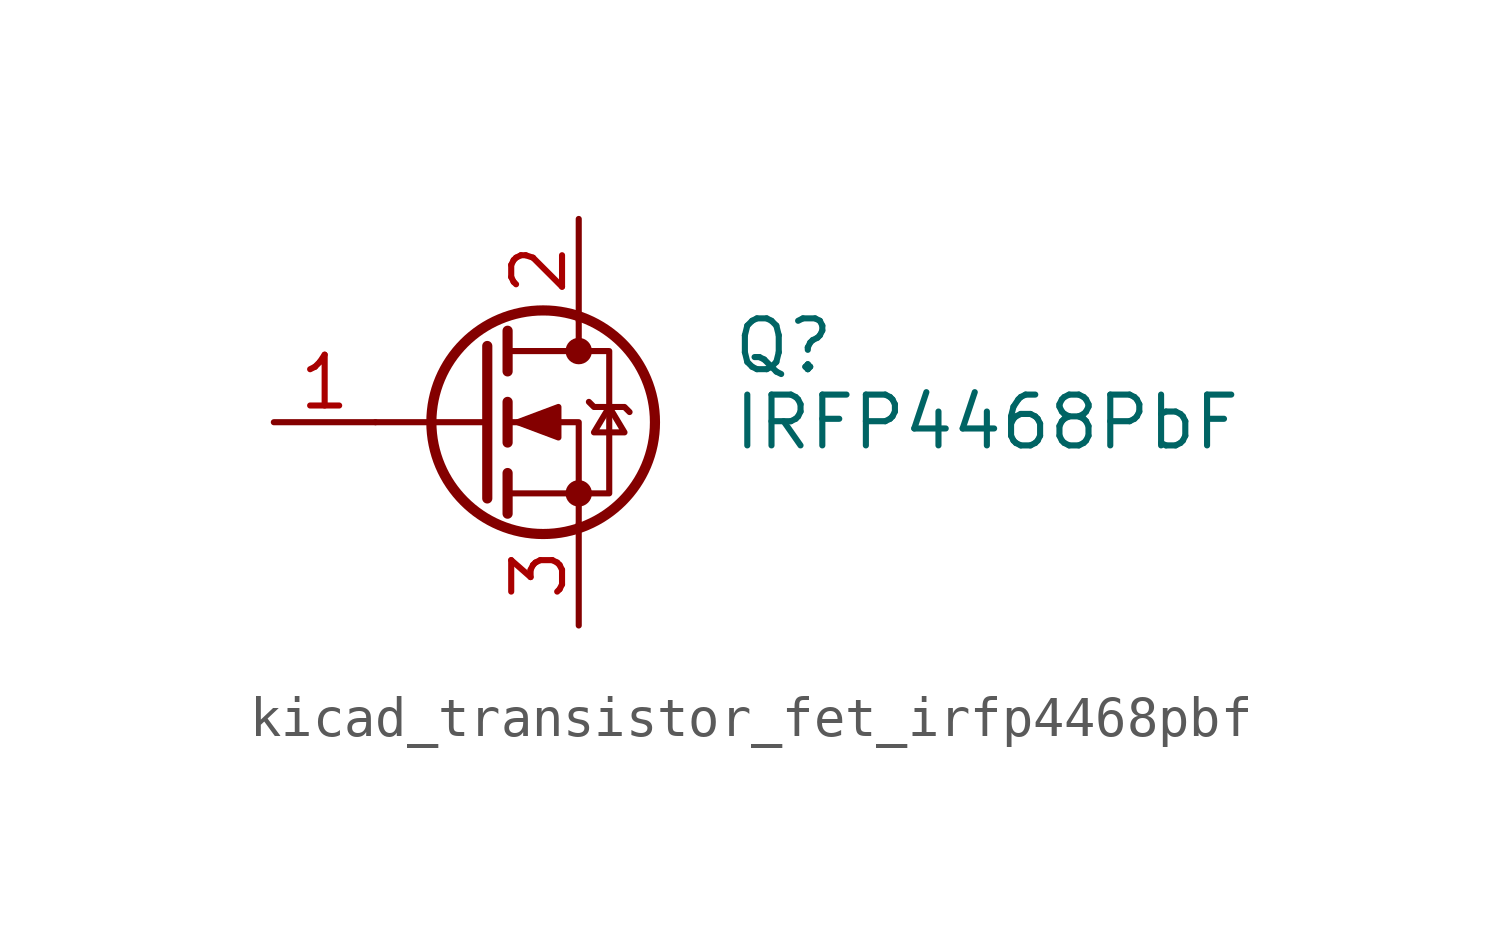
<source format=kicad_sym>
(kicad_symbol_lib
  (version 20220914)
  (generator kicad_symbol_editor)
  (symbol "kicad_transistor_fet_irfp4468pbf"
    (pin_names hide)
    (property "Reference" "Q"
      (at 6.35 1.905 0)
      (effects (font (size 1.27 1.27)) (justify left)))
    (property "Value" "IRFP4468PbF"
      (at 6.35 0 0)
      (effects (font (size 1.27 1.27)) (justify left)))
    (symbol "kicad_transistor_fet_irfp4468pbf_0_1"
      (polyline (pts (xy 0.254 0) (xy -2.54 0)) (stroke (width 0) (type default)) (fill (type none)))
      (polyline (pts (xy 0.254 1.905) (xy 0.254 -1.905)) (stroke (width 0.254) (type default)) (fill (type none)))
      (polyline (pts (xy 0.762 -1.27) (xy 0.762 -2.286)) (stroke (width 0.254) (type default)) (fill (type none)))
      (polyline (pts (xy 0.762 0.508) (xy 0.762 -0.508)) (stroke (width 0.254) (type default)) (fill (type none)))
      (polyline (pts (xy 0.762 2.286) (xy 0.762 1.27)) (stroke (width 0.254) (type default)) (fill (type none)))
      (polyline (pts (xy 2.54 2.54) (xy 2.54 1.778)) (stroke (width 0) (type default)) (fill (type none)))
      (polyline (pts (xy 2.54 -2.54) (xy 2.54 0) (xy 0.762 0)) (stroke (width 0) (type default)) (fill (type none)))
      (polyline (pts (xy 0.762 -1.778) (xy 3.302 -1.778) (xy 3.302 1.778) (xy 0.762 1.778)) (stroke (width 0) (type default)) (fill (type none)))
      (polyline (pts (xy 1.016 0) (xy 2.032 0.381) (xy 2.032 -0.381) (xy 1.016 0)) (stroke (width 0) (type default)) (fill (type outline)))
      (polyline (pts (xy 2.794 0.508) (xy 2.921 0.381) (xy 3.683 0.381) (xy 3.81 0.254)) (stroke (width 0) (type default)) (fill (type none)))
      (polyline (pts (xy 3.302 0.381) (xy 2.921 -0.254) (xy 3.683 -0.254) (xy 3.302 0.381)) (stroke (width 0) (type default)) (fill (type none)))
      (circle (center 1.651 0) (radius 2.794) (stroke (width 0.254) (type default)) (fill (type none)))
      (circle (center 2.54 -1.778) (radius 0.254) (stroke (width 0) (type default)) (fill (type outline)))
      (circle (center 2.54 1.778) (radius 0.254) (stroke (width 0) (type default)) (fill (type outline))))
    (symbol "kicad_transistor_fet_irfp4468pbf_1_1"
      (pin input line (at -5.08 0 0) (length 2.54) (name "G" (effects (font (size 1.27 1.27)))) (number "1" (effects (font (size 1.27 1.27)))))
      (pin passive line (at 2.54 5.08 270) (length 2.54) (name "D" (effects (font (size 1.27 1.27)))) (number "2" (effects (font (size 1.27 1.27)))))
      (pin passive line (at 2.54 -5.08 90) (length 2.54) (name "S" (effects (font (size 1.27 1.27)))) (number "3" (effects (font (size 1.27 1.27))))))))
</source>
